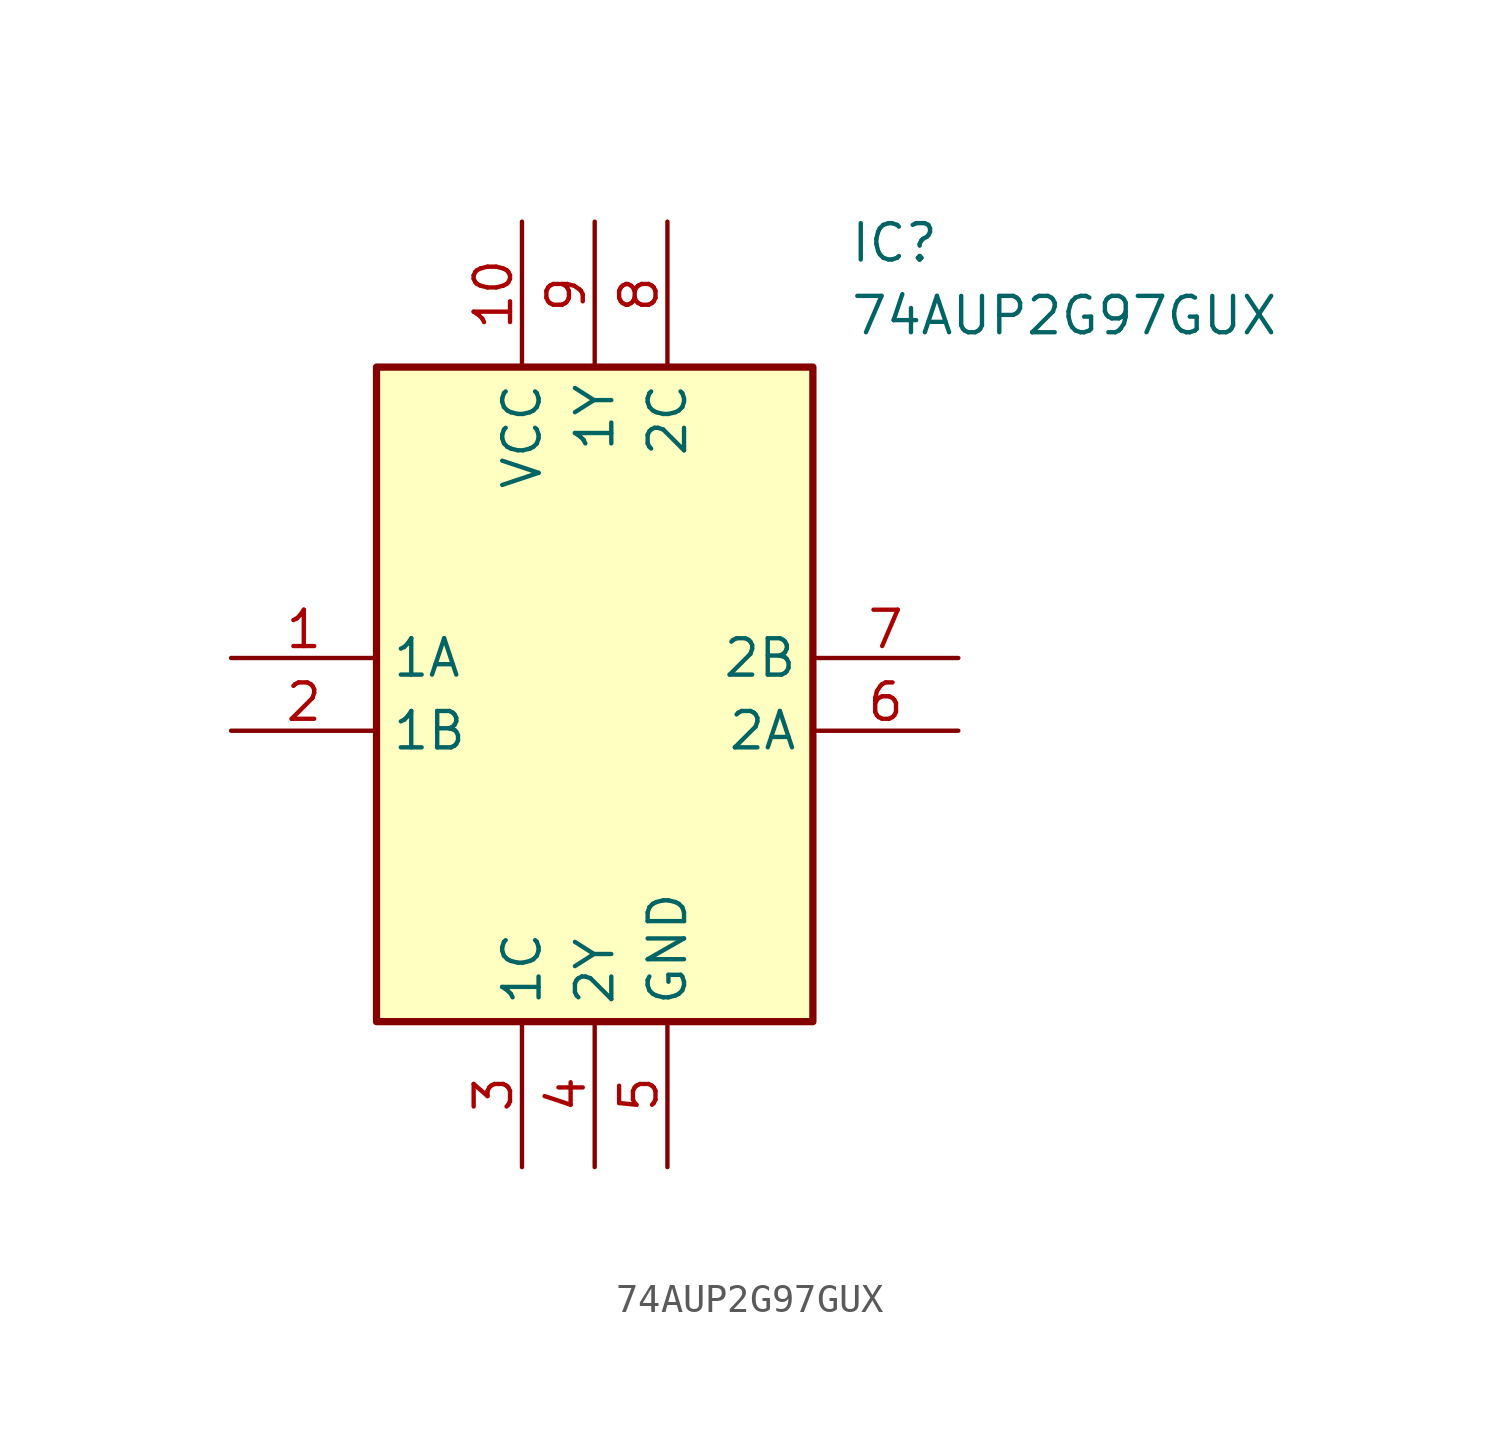
<source format=kicad_sym>
(kicad_symbol_lib
  (version 20211014)
  (generator SamacSys_ECAD_Model)
  (symbol "74AUP2G97GUX"
    (property "Reference" "IC"
      (at 21.59 15.24 0)
      (effects (font (size 1.27 1.27)) (justify left top)))
    (property "Value" "74AUP2G97GUX"
      (at 21.59 12.7 0)
      (effects (font (size 1.27 1.27)) (justify left top)))
    (rectangle
      (start 5.08 10.16)
      (end 20.32 -12.7)
      (stroke (width 0.254) (type default))
      (fill (type background)))
    (pin passive line
      (at 0 0 0)
      (length 5.08)
      (name "1A" (effects (font (size 1.27 1.27))))
      (number "1" (effects (font (size 1.27 1.27)))))
    (pin passive line
      (at 0 -2.54 0)
      (length 5.08)
      (name "1B" (effects (font (size 1.27 1.27))))
      (number "2" (effects (font (size 1.27 1.27)))))
    (pin passive line
      (at 10.16 -17.78 90)
      (length 5.08)
      (name "1C" (effects (font (size 1.27 1.27))))
      (number "3" (effects (font (size 1.27 1.27)))))
    (pin passive line
      (at 12.7 -17.78 90)
      (length 5.08)
      (name "2Y" (effects (font (size 1.27 1.27))))
      (number "4" (effects (font (size 1.27 1.27)))))
    (pin passive line
      (at 15.24 -17.78 90)
      (length 5.08)
      (name "GND" (effects (font (size 1.27 1.27))))
      (number "5" (effects (font (size 1.27 1.27)))))
    (pin passive line
      (at 25.4 0 180)
      (length 5.08)
      (name "2B" (effects (font (size 1.27 1.27))))
      (number "7" (effects (font (size 1.27 1.27)))))
    (pin passive line
      (at 25.4 -2.54 180)
      (length 5.08)
      (name "2A" (effects (font (size 1.27 1.27))))
      (number "6" (effects (font (size 1.27 1.27)))))
    (pin passive line
      (at 10.16 15.24 270)
      (length 5.08)
      (name "VCC" (effects (font (size 1.27 1.27))))
      (number "10" (effects (font (size 1.27 1.27)))))
    (pin passive line
      (at 12.7 15.24 270)
      (length 5.08)
      (name "1Y" (effects (font (size 1.27 1.27))))
      (number "9" (effects (font (size 1.27 1.27)))))
    (pin passive line
      (at 15.24 15.24 270)
      (length 5.08)
      (name "2C" (effects (font (size 1.27 1.27))))
      (number "8" (effects (font (size 1.27 1.27)))))))
</source>
